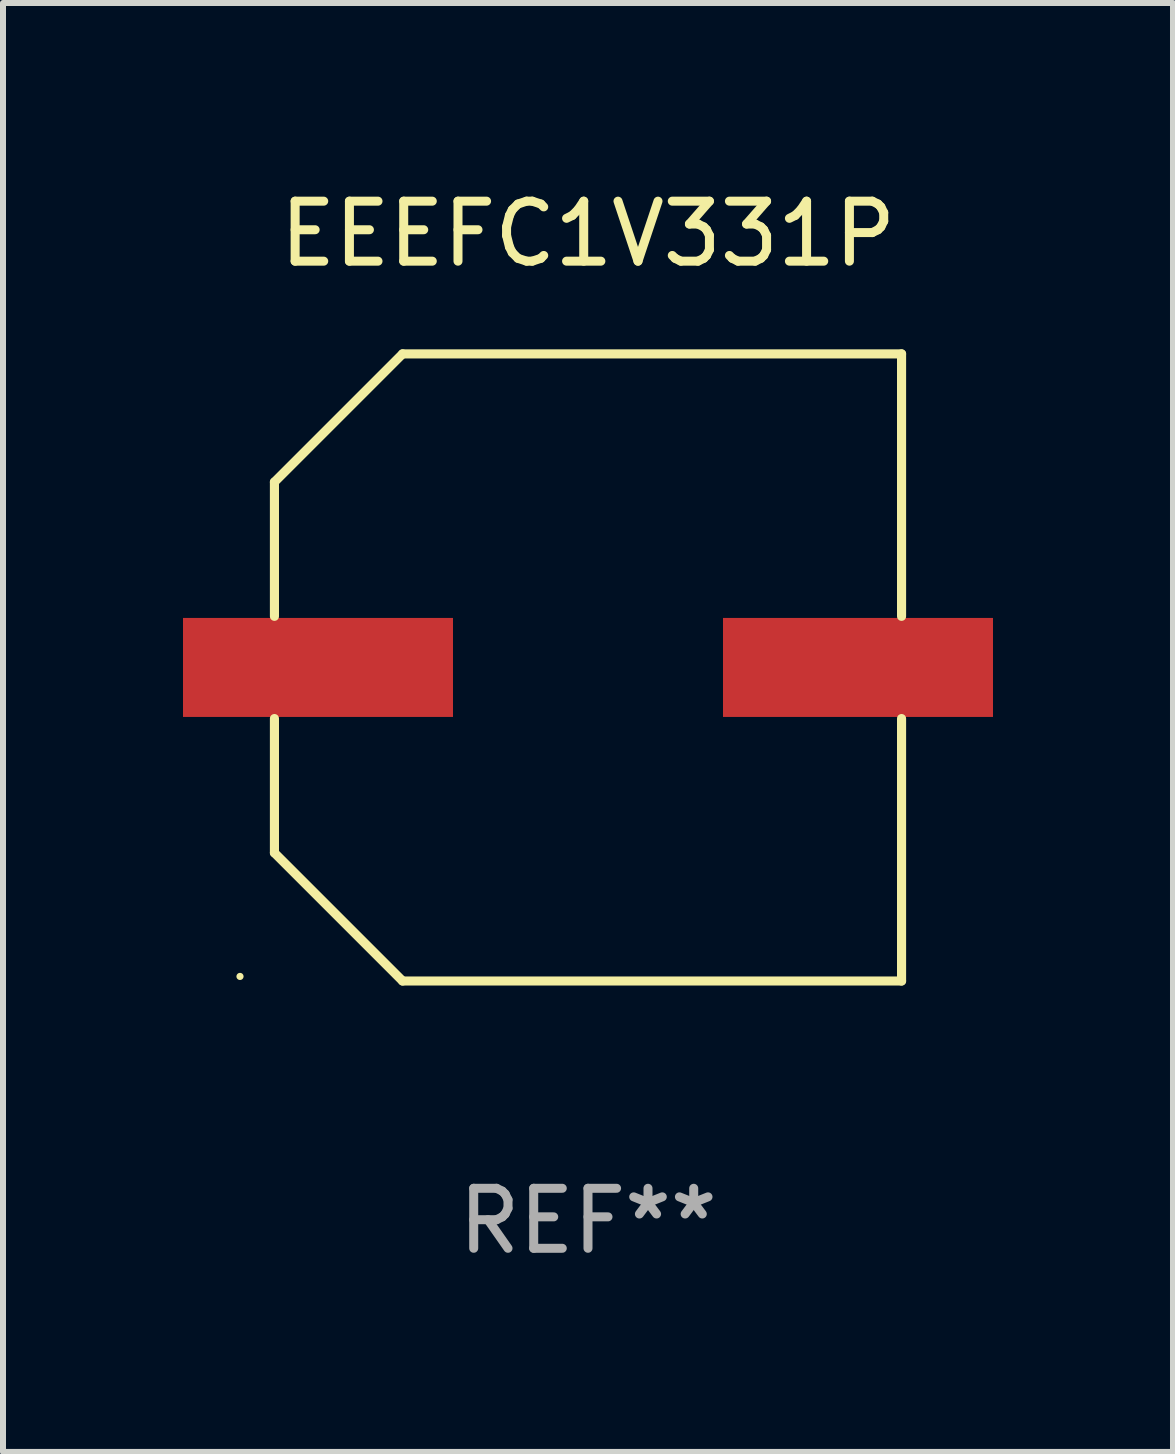
<source format=kicad_pcb>
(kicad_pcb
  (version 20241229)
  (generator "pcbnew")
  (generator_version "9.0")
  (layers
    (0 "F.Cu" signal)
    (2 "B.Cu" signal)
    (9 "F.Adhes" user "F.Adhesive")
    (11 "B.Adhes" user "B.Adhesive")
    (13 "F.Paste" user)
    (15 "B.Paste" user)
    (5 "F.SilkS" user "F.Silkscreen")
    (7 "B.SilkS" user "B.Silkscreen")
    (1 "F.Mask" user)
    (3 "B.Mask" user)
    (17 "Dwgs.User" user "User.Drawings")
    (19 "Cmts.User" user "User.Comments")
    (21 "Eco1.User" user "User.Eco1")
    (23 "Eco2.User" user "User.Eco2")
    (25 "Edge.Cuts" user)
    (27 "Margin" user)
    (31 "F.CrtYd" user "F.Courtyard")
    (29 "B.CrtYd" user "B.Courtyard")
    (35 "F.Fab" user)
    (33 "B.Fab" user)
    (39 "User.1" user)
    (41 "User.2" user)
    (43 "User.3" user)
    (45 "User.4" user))
  (footprint "EEEFC1V331P"
    (layer "F.Cu")
    (at 6.75 8.074)
    (property "Reference" "EEEFC1V331P" (at 0 -7.226 0) (layer "F.SilkS") (effects (font (size 1 1) (thickness 0.15))))
    (attr through_hole)
    (fp_line (start -5.226 -3.09) (end -5.226 -0.852) (stroke (width 0.152) (type solid)) (layer "F.SilkS"))
    (fp_line (start -5.226 3.09) (end -5.226 0.852) (stroke (width 0.152) (type solid)) (layer "F.SilkS"))
    (fp_line (start -3.09 -5.226) (end -5.226 -3.09) (stroke (width 0.152) (type solid)) (layer "F.SilkS"))
    (fp_line (start -3.09 5.226) (end -5.226 3.09) (stroke (width 0.152) (type solid)) (layer "F.SilkS"))
    (fp_line (start 5.226 -5.226) (end -3.09 -5.226) (stroke (width 0.152) (type solid)) (layer "F.SilkS"))
    (fp_line (start 5.226 -0.852) (end 5.226 -5.226) (stroke (width 0.152) (type solid)) (layer "F.SilkS"))
    (fp_line (start 5.226 0.852) (end 5.226 5.226) (stroke (width 0.152) (type solid)) (layer "F.SilkS"))
    (fp_line (start 5.226 5.226) (end -3.09 5.226) (stroke (width 0.152) (type solid)) (layer "F.SilkS"))
    (fp_circle (center -5.8 5.15) (end -5.77 5.15) (stroke (width 0.06) (type solid)) (fill no) (layer "F.SilkS"))
    (fp_text user "REF**" (at 0 9.226 0) (layer "F.Fab") (effects (font (size 1 1) (thickness 0.15))))
    (pad "1" smd rect (at -4.5 0) (size 4.5 1.65) (layers "F.Cu" "F.Mask" "F.Paste"))
    (pad "2" smd rect (at 4.5 0) (size 4.5 1.65) (layers "F.Cu" "F.Mask" "F.Paste")))
  (gr_rect
    (start -3 -3)
    (end 16.5 21.149)
    (stroke (width 0.1) (type default))
    (fill no)
    (layer "Edge.Cuts")))
</source>
